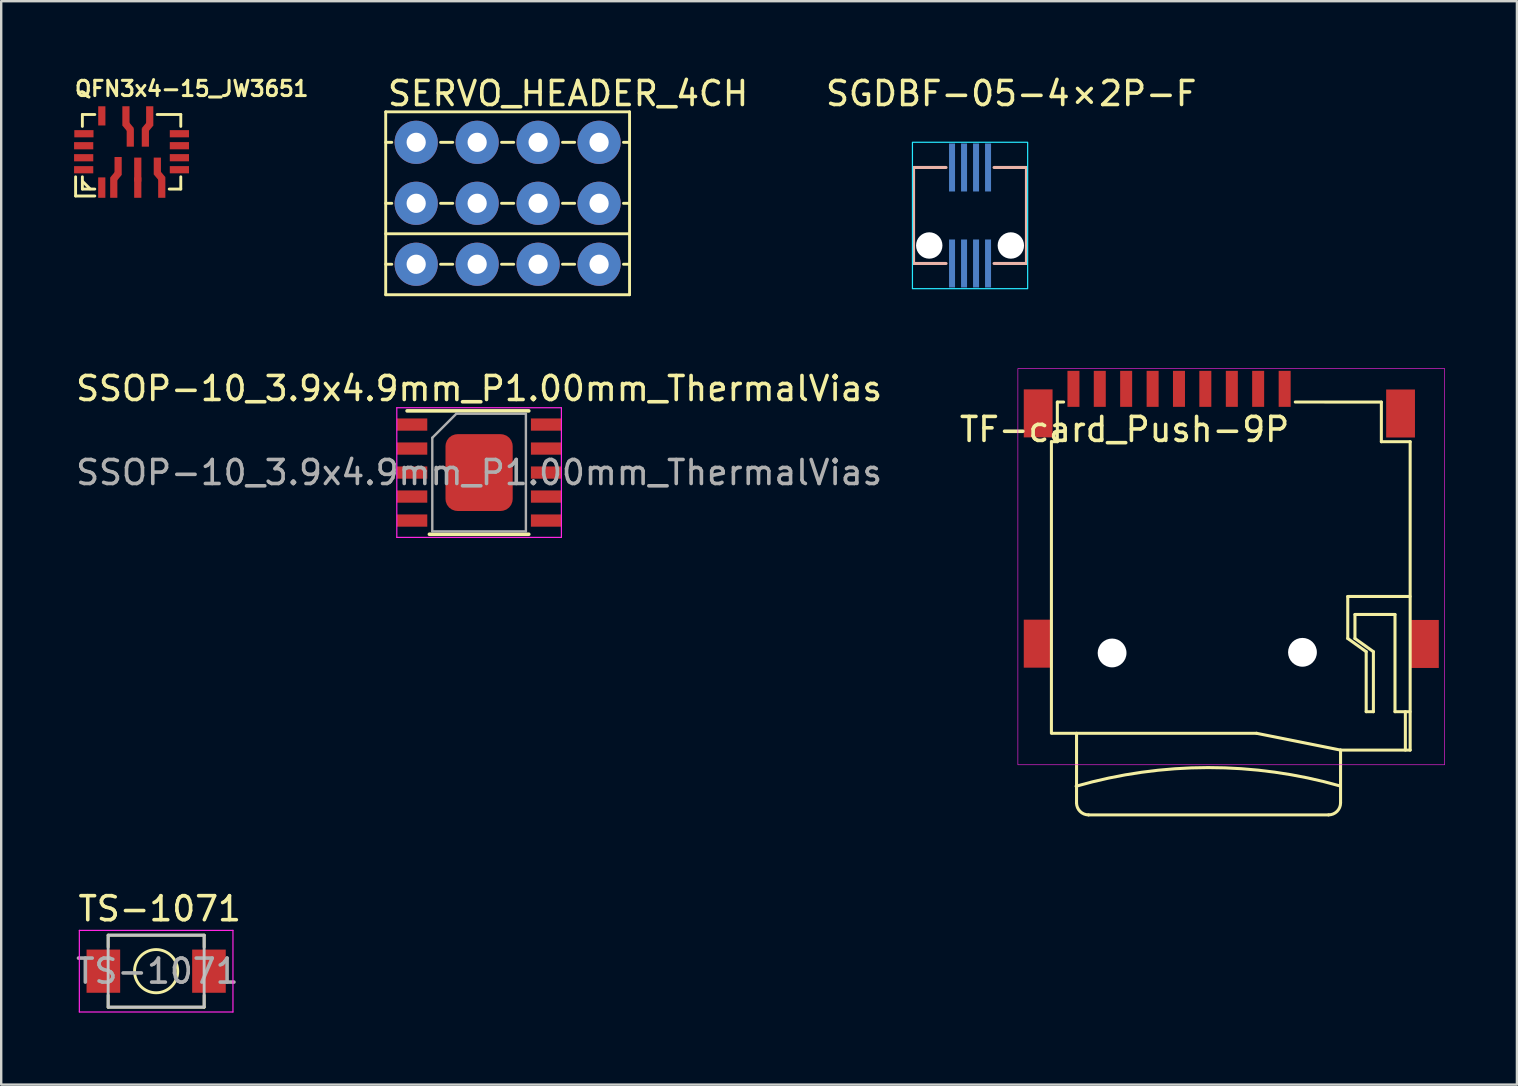
<source format=kicad_pcb>
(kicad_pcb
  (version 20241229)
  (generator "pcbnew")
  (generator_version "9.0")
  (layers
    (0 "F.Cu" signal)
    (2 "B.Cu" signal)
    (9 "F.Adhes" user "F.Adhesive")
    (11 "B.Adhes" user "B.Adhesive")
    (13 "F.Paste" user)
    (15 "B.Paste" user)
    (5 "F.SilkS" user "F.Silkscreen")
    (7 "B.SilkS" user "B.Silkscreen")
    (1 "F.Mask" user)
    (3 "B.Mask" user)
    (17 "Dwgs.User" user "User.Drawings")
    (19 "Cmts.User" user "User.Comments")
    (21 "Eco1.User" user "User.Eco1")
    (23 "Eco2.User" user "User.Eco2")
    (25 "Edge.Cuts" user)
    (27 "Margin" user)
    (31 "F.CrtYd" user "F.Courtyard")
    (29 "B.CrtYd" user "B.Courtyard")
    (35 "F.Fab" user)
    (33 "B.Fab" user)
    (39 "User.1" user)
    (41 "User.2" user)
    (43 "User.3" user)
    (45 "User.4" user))
  (footprint "SSOP-10_3.9x4.9mm_P1.00mm_ThermalVias"
    (layer "F.Cu")
    (at 16.911 16.639)
    (property "Reference" "SSOP-10_3.9x4.9mm_P1.00mm_ThermalVias" (at 0 -3.5 0) (layer "F.SilkS") (effects (font (size 1 1) (thickness 0.15))))
    (attr smd)
    (fp_line (start -3 -2.57) (end 2.07 -2.57) (stroke (width 0.15) (type solid)) (layer "F.SilkS"))
    (fp_line (start -2.07 2.57) (end 2.07 2.57) (stroke (width 0.15) (type solid)) (layer "F.SilkS"))
    (fp_line (start -3.429 -2.7) (end -3.429 2.7) (stroke (width 0.05) (type solid)) (layer "F.CrtYd"))
    (fp_line (start -3.429 -2.7) (end 3.429 -2.7) (stroke (width 0.05) (type solid)) (layer "F.CrtYd"))
    (fp_line (start -3.429 2.7) (end 3.429 2.7) (stroke (width 0.05) (type solid)) (layer "F.CrtYd"))
    (fp_line (start 3.429 -2.7) (end 3.429 2.7) (stroke (width 0.05) (type solid)) (layer "F.CrtYd"))
    (fp_line (start -1.95 -1.45) (end -0.95 -2.45) (stroke (width 0.1) (type solid)) (layer "F.Fab"))
    (fp_line (start -1.95 2.45) (end -1.95 -1.45) (stroke (width 0.1) (type solid)) (layer "F.Fab"))
    (fp_line (start -0.95 -2.45) (end 1.95 -2.45) (stroke (width 0.1) (type solid)) (layer "F.Fab"))
    (fp_line (start 1.95 -2.45) (end 1.95 2.45) (stroke (width 0.1) (type solid)) (layer "F.Fab"))
    (fp_line (start 1.95 2.45) (end -1.95 2.45) (stroke (width 0.1) (type solid)) (layer "F.Fab"))
    (fp_text user "${REFERENCE}" (at 0 0 0) (layer "F.Fab") (effects (font (size 1 1) (thickness 0.15))))
    (pad "1" smd rect (at -2.794 -2) (size 1.27 0.51) (layers "F.Cu" "F.Mask" "F.Paste"))
    (pad "2" smd rect (at -2.794 -1) (size 1.27 0.51) (layers "F.Cu" "F.Mask" "F.Paste"))
    (pad "3" smd rect (at -2.794 0) (size 1.27 0.51) (layers "F.Cu" "F.Mask" "F.Paste"))
    (pad "4" smd rect (at -2.794 1) (size 1.27 0.51) (layers "F.Cu" "F.Mask" "F.Paste"))
    (pad "5" smd rect (at -2.794 2) (size 1.27 0.51) (layers "F.Cu" "F.Mask" "F.Paste"))
    (pad "6" smd rect (at 2.794 2) (size 1.27 0.51) (layers "F.Cu" "F.Mask" "F.Paste"))
    (pad "7" smd rect (at 2.794 1) (size 1.27 0.51) (layers "F.Cu" "F.Mask" "F.Paste"))
    (pad "8" smd rect (at 2.794 0) (size 1.27 0.51) (layers "F.Cu" "F.Mask" "F.Paste"))
    (pad "9" smd rect (at 2.794 -1) (size 1.27 0.51) (layers "F.Cu" "F.Mask" "F.Paste"))
    (pad "10" smd rect (at 2.794 -2) (size 1.27 0.51) (layers "F.Cu" "F.Mask" "F.Paste"))
    (pad "11" smd roundrect (at 0 0) (size 2.8 3.2) (layers "F.Cu" "F.Mask" "F.Paste") (roundrect_rratio 0.179)))
  (footprint "SERVO_HEADER_4CH"
    (layer "F.Cu")
    (at 14.29 5.42)
    (property "Reference" "SERVO_HEADER_4CH" (at -1.27 -4.572 0) (layer "F.SilkS") (effects (font (size 1 1) (thickness 0.15)) (justify left)))
    (attr through_hole)
    (fp_line (start -1.27 -3.81) (end -1.27 3.81) (stroke (width 0.12) (type solid)) (layer "F.SilkS"))
    (fp_line (start -1.27 -3.81) (end 8.89 -3.81) (stroke (width 0.12) (type solid)) (layer "F.SilkS"))
    (fp_line (start -1.27 1.27) (end 8.89 1.27) (stroke (width 0.12) (type default)) (layer "F.SilkS"))
    (fp_line (start -1.27 3.81) (end 8.89 3.81) (stroke (width 0.12) (type solid)) (layer "F.SilkS"))
    (fp_line (start -1.016 -2.54) (end -1.27 -2.54) (stroke (width 0.12) (type default)) (layer "F.SilkS"))
    (fp_line (start -1.016 0) (end -1.27 0) (stroke (width 0.12) (type default)) (layer "F.SilkS"))
    (fp_line (start -1.016 2.54) (end -1.27 2.54) (stroke (width 0.12) (type default)) (layer "F.SilkS"))
    (fp_line (start 1.016 -2.54) (end 1.524 -2.54) (stroke (width 0.12) (type default)) (layer "F.SilkS"))
    (fp_line (start 1.016 0) (end 1.524 0) (stroke (width 0.12) (type default)) (layer "F.SilkS"))
    (fp_line (start 1.016 2.54) (end 1.524 2.54) (stroke (width 0.12) (type default)) (layer "F.SilkS"))
    (fp_line (start 3.556 -2.54) (end 4.064 -2.54) (stroke (width 0.12) (type default)) (layer "F.SilkS"))
    (fp_line (start 3.556 0) (end 4.064 0) (stroke (width 0.12) (type default)) (layer "F.SilkS"))
    (fp_line (start 3.556 2.54) (end 4.064 2.54) (stroke (width 0.12) (type default)) (layer "F.SilkS"))
    (fp_line (start 6.096 -2.54) (end 6.604 -2.54) (stroke (width 0.12) (type default)) (layer "F.SilkS"))
    (fp_line (start 6.096 0) (end 6.604 0) (stroke (width 0.12) (type default)) (layer "F.SilkS"))
    (fp_line (start 6.096 2.54) (end 6.604 2.54) (stroke (width 0.12) (type default)) (layer "F.SilkS"))
    (fp_line (start 8.636 -2.54) (end 8.89 -2.54) (stroke (width 0.12) (type default)) (layer "F.SilkS"))
    (fp_line (start 8.636 0) (end 8.89 0) (stroke (width 0.12) (type default)) (layer "F.SilkS"))
    (fp_line (start 8.636 2.54) (end 8.89 2.54) (stroke (width 0.12) (type default)) (layer "F.SilkS"))
    (fp_line (start 8.89 -3.81) (end 8.89 3.81) (stroke (width 0.12) (type solid)) (layer "F.SilkS"))
    (pad "1" thru_hole circle (at 0 2.54) (size 1.8 1.8) (drill 0.8) (layers "*.Cu" "*.Mask"))
    (pad "2" thru_hole circle (at 2.54 2.54) (size 1.8 1.8) (drill 0.8) (layers "*.Cu" "*.Mask"))
    (pad "3" thru_hole circle (at 5.08 2.54) (size 1.8 1.8) (drill 0.8) (layers "*.Cu" "*.Mask"))
    (pad "4" thru_hole circle (at 7.62 2.54) (size 1.8 1.8) (drill 0.8) (layers "*.Cu" "*.Mask"))
    (pad "G" thru_hole circle (at 0 -2.54 180) (size 1.8 1.8) (drill 0.8) (layers "*.Cu" "*.Mask"))
    (pad "G" thru_hole circle (at 2.54 -2.54 180) (size 1.8 1.8) (drill 0.8) (layers "*.Cu" "*.Mask"))
    (pad "G" thru_hole circle (at 5.08 -2.54 180) (size 1.8 1.8) (drill 0.8) (layers "*.Cu" "*.Mask"))
    (pad "G" thru_hole circle (at 7.62 -2.54 180) (size 1.8 1.8) (drill 0.8) (layers "*.Cu" "*.Mask"))
    (pad "V" thru_hole circle (at 0 0 180) (size 1.8 1.8) (drill 0.8) (layers "*.Cu" "*.Mask"))
    (pad "V" thru_hole circle (at 2.54 0 180) (size 1.8 1.8) (drill 0.8) (layers "*.Cu" "*.Mask"))
    (pad "V" thru_hole circle (at 5.08 0 180) (size 1.8 1.8) (drill 0.8) (layers "*.Cu" "*.Mask"))
    (pad "V" thru_hole circle (at 7.62 0 180) (size 1.8 1.8) (drill 0.8) (layers "*.Cu" "*.Mask")))
  (footprint "TF-card_Push-9P"
    (layer "F.Cu")
    (at 48.249 18.653)
    (property "Reference" "TF-card_Push-9P" (at -4.445 -3.81 0) (layer "F.SilkS") (effects (font (size 1 1) (thickness 0.15))))
    (attr smd)
    (fp_line (start -7.493 8.849) (end -7.493 -3.3) (stroke (width 0.127) (type solid)) (layer "F.SilkS"))
    (fp_line (start -7.246 -4.951) (end -7.246 -3.3) (stroke (width 0.127) (type solid)) (layer "F.SilkS"))
    (fp_line (start -7.246 -3.3) (end -7.493 -3.3) (stroke (width 0.127) (type default)) (layer "F.SilkS"))
    (fp_line (start -6.985 -4.953) (end -7.246 -4.951) (stroke (width 0.127) (type solid)) (layer "F.SilkS"))
    (fp_line (start -6.446 8.849) (end -6.446 11.749) (stroke (width 0.127) (type solid)) (layer "F.SilkS"))
    (fp_line (start 1.054 8.849) (end -7.446 8.849) (stroke (width 0.127) (type solid)) (layer "F.SilkS"))
    (fp_line (start 4.054 12.249) (end -5.946 12.249) (stroke (width 0.127) (type solid)) (layer "F.SilkS"))
    (fp_line (start 4.554 9.549) (end 1.054 8.849) (stroke (width 0.127) (type solid)) (layer "F.SilkS"))
    (fp_line (start 4.554 9.549) (end 4.554 11.749) (stroke (width 0.127) (type solid)) (layer "F.SilkS"))
    (fp_line (start 4.854 3.149) (end 7.448 3.149) (stroke (width 0.127) (type solid)) (layer "F.SilkS"))
    (fp_line (start 4.854 4.899) (end 4.854 3.149) (stroke (width 0.127) (type solid)) (layer "F.SilkS"))
    (fp_line (start 5.154 3.899) (end 5.154 4.899) (stroke (width 0.127) (type solid)) (layer "F.SilkS"))
    (fp_line (start 5.154 4.899) (end 5.922 5.449) (stroke (width 0.127) (type solid)) (layer "F.SilkS"))
    (fp_line (start 5.622 5.449) (end 4.854 4.899) (stroke (width 0.127) (type solid)) (layer "F.SilkS"))
    (fp_line (start 5.622 7.949) (end 5.622 5.449) (stroke (width 0.127) (type solid)) (layer "F.SilkS"))
    (fp_line (start 5.922 5.449) (end 5.922 7.949) (stroke (width 0.127) (type solid)) (layer "F.SilkS"))
    (fp_line (start 5.922 7.949) (end 5.622 7.949) (stroke (width 0.127) (type solid)) (layer "F.SilkS"))
    (fp_line (start 6.254 -4.951) (end 2.667 -4.953) (stroke (width 0.127) (type solid)) (layer "F.SilkS"))
    (fp_line (start 6.254 -4.951) (end 6.254 -3.3) (stroke (width 0.127) (type solid)) (layer "F.SilkS"))
    (fp_line (start 6.254 -3.3) (end 7.454 -3.3) (stroke (width 0.127) (type solid)) (layer "F.SilkS"))
    (fp_line (start 6.822 3.899) (end 5.154 3.899) (stroke (width 0.127) (type solid)) (layer "F.SilkS"))
    (fp_line (start 6.822 7.949) (end 6.822 3.899) (stroke (width 0.127) (type solid)) (layer "F.SilkS"))
    (fp_line (start 7.254 7.949) (end 7.254 9.549) (stroke (width 0.127) (type solid)) (layer "F.SilkS"))
    (fp_line (start 7.448 7.949) (end 6.822 7.949) (stroke (width 0.127) (type solid)) (layer "F.SilkS"))
    (fp_line (start 7.454 -3.3) (end 7.454 9.549) (stroke (width 0.127) (type solid)) (layer "F.SilkS"))
    (fp_line (start 7.454 9.549) (end 4.554 9.549) (stroke (width 0.127) (type solid)) (layer "F.SilkS"))
    (fp_arc (start -6.462827 11.053343) (mid -0.963513 10.278016) (end 4.537146 11.04374) (stroke (width 0.127) (type solid)) (layer "F.SilkS"))
    (fp_arc (start -5.946013 12.24854) (mid -6.299566 12.102094) (end -6.446012 11.748541) (stroke (width 0.127) (type solid)) (layer "F.SilkS"))
    (fp_arc (start 4.553966 11.748541) (mid 4.40752 12.102094) (end 4.053967 12.24854) (stroke (width 0.127) (type solid)) (layer "F.SilkS"))
    (fp_rect (start -8.89 -6.35) (end 8.89 10.16) (stroke (width 0.025) (type default)) (fill no) (layer "F.CrtYd"))
    (pad "" np_thru_hole circle (at -4.965 5.502) (size 1.2 1.2) (drill 1.2) (layers "*.Cu" "*.Mask"))
    (pad "" np_thru_hole circle (at 2.967 5.475) (size 1.2 1.2) (drill 1.2) (layers "*.Cu" "*.Mask"))
    (pad "1" smd rect (at 2.225 -5.502 90) (size 1.5 0.5) (layers "F.Cu" "F.Mask" "F.Paste"))
    (pad "2" smd rect (at 1.121 -5.502 90) (size 1.5 0.5) (layers "F.Cu" "F.Mask" "F.Paste"))
    (pad "3" smd rect (at 0.024 -5.502 90) (size 1.5 0.5) (layers "F.Cu" "F.Mask" "F.Paste"))
    (pad "4" smd rect (at -1.08 -5.502 90) (size 1.5 0.5) (layers "F.Cu" "F.Mask" "F.Paste"))
    (pad "5" smd rect (at -2.178 -5.502 90) (size 1.5 0.5) (layers "F.Cu" "F.Mask" "F.Paste"))
    (pad "6" smd rect (at -3.276 -5.502 90) (size 1.5 0.5) (layers "F.Cu" "F.Mask" "F.Paste"))
    (pad "7" smd rect (at -4.379 -5.502 90) (size 1.5 0.5) (layers "F.Cu" "F.Mask" "F.Paste"))
    (pad "8" smd rect (at -5.478 -5.502 90) (size 1.5 0.5) (layers "F.Cu" "F.Mask" "F.Paste"))
    (pad "9" smd rect (at -6.575 -5.502 90) (size 1.5 0.5) (layers "F.Cu" "F.Mask" "F.Paste"))
    (pad "10" smd rect (at -8.045 -4.48 90) (size 2 1.2) (layers "F.Cu" "F.Mask" "F.Paste"))
    (pad "10" smd rect (at -8.045 5.115 90) (size 2 1.2) (layers "F.Cu" "F.Mask" "F.Paste"))
    (pad "10" smd rect (at 7.054 -4.475 90) (size 2 1.2) (layers "F.Cu" "F.Mask" "F.Paste"))
    (pad "10" smd rect (at 8.047 5.127 90) (size 2 1.2) (layers "F.Cu" "F.Mask" "F.Paste")))
  (footprint "QFN3x4-15_JW3651"
    (layer "F.Cu")
    (at 2.4 3.316)
    (property "Reference" "QFN3x4-15_JW3651" (at -2.4 -2.3 0) (unlocked yes) (layer "F.SilkS") (effects (font (size 0.635 0.635) (thickness 0.127)) (justify left bottom)))
    (fp_line (start -2.3 1) (end -2.3 1.8) (stroke (width 0.12) (type solid)) (layer "F.SilkS"))
    (fp_line (start -2.3 1.8) (end -1.5 1.8) (stroke (width 0.12) (type solid)) (layer "F.SilkS"))
    (fp_line (start -2.018 -1.595) (end -1.5 -1.595) (stroke (width 0.12) (type solid)) (layer "F.SilkS"))
    (fp_line (start -2.018 -1.1) (end -2.018 -1.595) (stroke (width 0.12) (type solid)) (layer "F.SilkS"))
    (fp_line (start -2.018 1.511) (end -2.018 1) (stroke (width 0.12) (type solid)) (layer "F.SilkS"))
    (fp_line (start -2 1.2) (end -1.7 1.5) (stroke (width 0.12) (type solid)) (layer "F.SilkS"))
    (fp_line (start -1.5 1.511) (end -2.018 1.511) (stroke (width 0.12) (type solid)) (layer "F.SilkS"))
    (fp_line (start 1.1 -1.595) (end 2.082 -1.595) (stroke (width 0.12) (type solid)) (layer "F.SilkS"))
    (fp_line (start 2.082 -1.595) (end 2.082 -1.1) (stroke (width 0.12) (type solid)) (layer "F.SilkS"))
    (fp_line (start 2.082 1) (end 2.082 1.511) (stroke (width 0.12) (type solid)) (layer "F.SilkS"))
    (fp_line (start 2.082 1.511) (end 1.6 1.511) (stroke (width 0.12) (type solid)) (layer "F.SilkS"))
    (pad "1" smd rect (at -1.21 1.45 90) (size 0.85 0.3) (layers "F.Cu" "F.Mask" "F.Paste"))
    (pad "2" smd rect (at -0.71 1.45 90) (size 0.85 0.3) (layers "F.Cu" "F.Mask" "F.Paste"))
    (pad "2" smd rect (at -0.62 0.976 230) (size 0.37 0.3) (layers "F.Cu" "F.Mask" "F.Paste"))
    (pad "2" smd rect (at -0.529 0.55 270) (size 0.75 0.3) (layers "F.Cu" "F.Mask" "F.Paste"))
    (pad "3" smd rect (at 0.29 1.45 90) (size 0.85 0.3) (layers "F.Cu" "F.Mask" "F.Paste"))
    (pad "3" smd rect (at 0.29 0.7 90) (size 1 0.3) (layers "F.Cu" "F.Mask" "F.Paste"))
    (pad "4" smd rect (at 1.105 0.55 270) (size 0.7 0.3) (layers "F.Cu" "F.Mask" "F.Paste"))
    (pad "4" smd rect (at 1.2 0.96 310) (size 0.4 0.3) (layers "F.Cu" "F.Mask" "F.Paste"))
    (pad "4" smd rect (at 1.29 1.45 90) (size 0.85 0.3) (layers "F.Cu" "F.Mask" "F.Paste"))
    (pad "5" smd rect (at 2.024 0.705 180) (size 0.8 0.3) (layers "F.Cu" "F.Mask" "F.Paste"))
    (pad "6" smd rect (at 2.024 0.205 180) (size 0.8 0.3) (layers "F.Cu" "F.Mask" "F.Paste"))
    (pad "7" smd rect (at 2.024 -0.295 180) (size 0.8 0.3) (layers "F.Cu" "F.Mask" "F.Paste"))
    (pad "8" smd rect (at 2.024 -0.794 180) (size 0.8 0.3) (layers "F.Cu" "F.Mask" "F.Paste"))
    (pad "9" smd rect (at 0.606 -0.63 270) (size 0.75 0.3) (layers "F.Cu" "F.Mask" "F.Paste"))
    (pad "9" smd rect (at 0.697 -1.08 50) (size 0.4 0.3) (layers "F.Cu" "F.Mask" "F.Paste"))
    (pad "9" smd rect (at 0.788 -1.539 90) (size 0.8 0.3) (layers "F.Cu" "F.Mask" "F.Paste"))
    (pad "10" smd rect (at -0.203 -1.539 90) (size 0.8 0.3) (layers "F.Cu" "F.Mask" "F.Paste"))
    (pad "10" smd rect (at -0.11 -1.08 130) (size 0.4 0.3) (layers "F.Cu" "F.Mask" "F.Paste"))
    (pad "10" smd rect (at -0.022 -0.63 270) (size 0.75 0.3) (layers "F.Cu" "F.Mask" "F.Paste"))
    (pad "11" smd rect (at -1.208 -1.538 90) (size 0.8 0.3) (layers "F.Cu" "F.Mask" "F.Paste"))
    (pad "12" smd rect (at -1.954 -0.794 180) (size 0.8 0.3) (layers "F.Cu" "F.Mask" "F.Paste"))
    (pad "13" smd rect (at -1.964 -0.294 180) (size 0.8 0.3) (layers "F.Cu" "F.Mask" "F.Paste"))
    (pad "14" smd rect (at -1.964 0.206 180) (size 0.8 0.3) (layers "F.Cu" "F.Mask" "F.Paste"))
    (pad "15" smd rect (at -1.964 0.706 180) (size 0.8 0.3) (layers "F.Cu" "F.Mask" "F.Paste")))
  (footprint "SGDBF-05-4×2P-F"
    (layer "F.Cu")
    (at 37.366 5.928)
    (property "Reference" "SGDBF-05-4×2P-F" (at -6.096 -5.08 0) (layer "F.SilkS") (effects (font (size 1 1) (thickness 0.15)) (justify left)))
    (attr smd)
    (fp_line (start -2.35 -2) (end -1 -2) (stroke (width 0.127) (type default)) (layer "B.SilkS"))
    (fp_line (start -2.35 2) (end -2.35 -2) (stroke (width 0.12) (type default)) (layer "B.SilkS"))
    (fp_line (start -2.35 2) (end -1 2) (stroke (width 0.127) (type default)) (layer "B.SilkS"))
    (fp_line (start 1 -2) (end 2.35 -2) (stroke (width 0.127) (type default)) (layer "B.SilkS"))
    (fp_line (start 2.35 -2) (end 2.35 2) (stroke (width 0.127) (type default)) (layer "B.SilkS"))
    (fp_line (start 2.35 2) (end 1 2) (stroke (width 0.127) (type default)) (layer "B.SilkS"))
    (fp_rect (start 2.4 3.05) (end -2.4 -3.05) (stroke (width 0.05) (type default)) (fill no) (layer "B.CrtYd"))
    (pad "" np_thru_hole circle (at -1.7 1.25) (size 1.1 1.1) (drill 1.1) (layers "*.Cu" "*.Mask"))
    (pad "" np_thru_hole circle (at 1.7 1.25) (size 1.1 1.1) (drill 1.1) (layers "*.Cu" "*.Mask"))
    (pad "1" smd rect (at 0.75 -2) (size 0.25 2) (layers "B.Cu" "B.Mask" "B.Paste"))
    (pad "2" smd rect (at 0.75 2) (size 0.25 2) (layers "B.Cu" "B.Mask" "B.Paste"))
    (pad "3" smd rect (at 0.25 -2) (size 0.25 2) (layers "B.Cu" "B.Mask" "B.Paste"))
    (pad "4" smd rect (at 0.25 2) (size 0.25 2) (layers "B.Cu" "B.Mask" "B.Paste"))
    (pad "5" smd rect (at -0.25 -2) (size 0.25 2) (layers "B.Cu" "B.Mask" "B.Paste"))
    (pad "6" smd rect (at -0.25 2) (size 0.25 2) (layers "B.Cu" "B.Mask" "B.Paste"))
    (pad "7" smd rect (at -0.75 -2) (size 0.25 2) (layers "B.Cu" "B.Mask" "B.Paste"))
    (pad "8" smd rect (at -0.75 2) (size 0.25 2) (layers "B.Cu" "B.Mask" "B.Paste")))
  (footprint "TS-1071"
    (layer "F.Cu")
    (at 3.456 37.413)
    (property "Reference" "TS-1071" (at 0.15 -2.6 0) (layer "F.SilkS") (effects (font (size 1 1) (thickness 0.15))))
    (attr smd)
    (fp_line (start -2 -1.5) (end -2 -1) (stroke (width 0.12) (type solid)) (layer "F.SilkS"))
    (fp_line (start -2 1.5) (end -2 1) (stroke (width 0.12) (type solid)) (layer "F.SilkS"))
    (fp_line (start -2 1.5) (end 2 1.5) (stroke (width 0.12) (type solid)) (layer "F.SilkS"))
    (fp_line (start 2 -1.5) (end -2 -1.5) (stroke (width 0.12) (type solid)) (layer "F.SilkS"))
    (fp_line (start 2 -1.5) (end 2 -1) (stroke (width 0.12) (type solid)) (layer "F.SilkS"))
    (fp_line (start 2 1.5) (end 2 1) (stroke (width 0.12) (type solid)) (layer "F.SilkS"))
    (fp_circle (center 0 0) (end 0.9 0) (stroke (width 0.12) (type solid)) (fill no) (layer "F.SilkS"))
    (fp_rect (start -2 -1.5) (end 2 1.5) (stroke (width 0.12) (type solid)) (fill no) (layer "Dwgs.User"))
    (fp_line (start -3.2 -1.7) (end 3.2 -1.7) (stroke (width 0.05) (type solid)) (layer "F.CrtYd"))
    (fp_line (start -3.2 1.7) (end -3.2 -1.7) (stroke (width 0.05) (type solid)) (layer "F.CrtYd"))
    (fp_line (start 3.2 -1.7) (end 3.2 1.7) (stroke (width 0.05) (type solid)) (layer "F.CrtYd"))
    (fp_line (start 3.2 1.7) (end -3.2 1.7) (stroke (width 0.05) (type solid)) (layer "F.CrtYd"))
    (fp_text user "${REFERENCE}" (at 0.05 0 0) (layer "F.Fab") (effects (font (size 1 1) (thickness 0.15))))
    (pad "1" smd rect (at -2.2 0) (size 1.4 1.8) (layers "F.Cu" "F.Mask" "F.Paste"))
    (pad "2" smd rect (at 2.2 0) (size 1.4 1.8) (layers "F.Cu" "F.Mask" "F.Paste")))
  (gr_rect
    (start -3 -3)
    (end 60.151 42.138)
    (stroke (width 0.1) (type default))
    (fill no)
    (layer "Edge.Cuts")))
</source>
